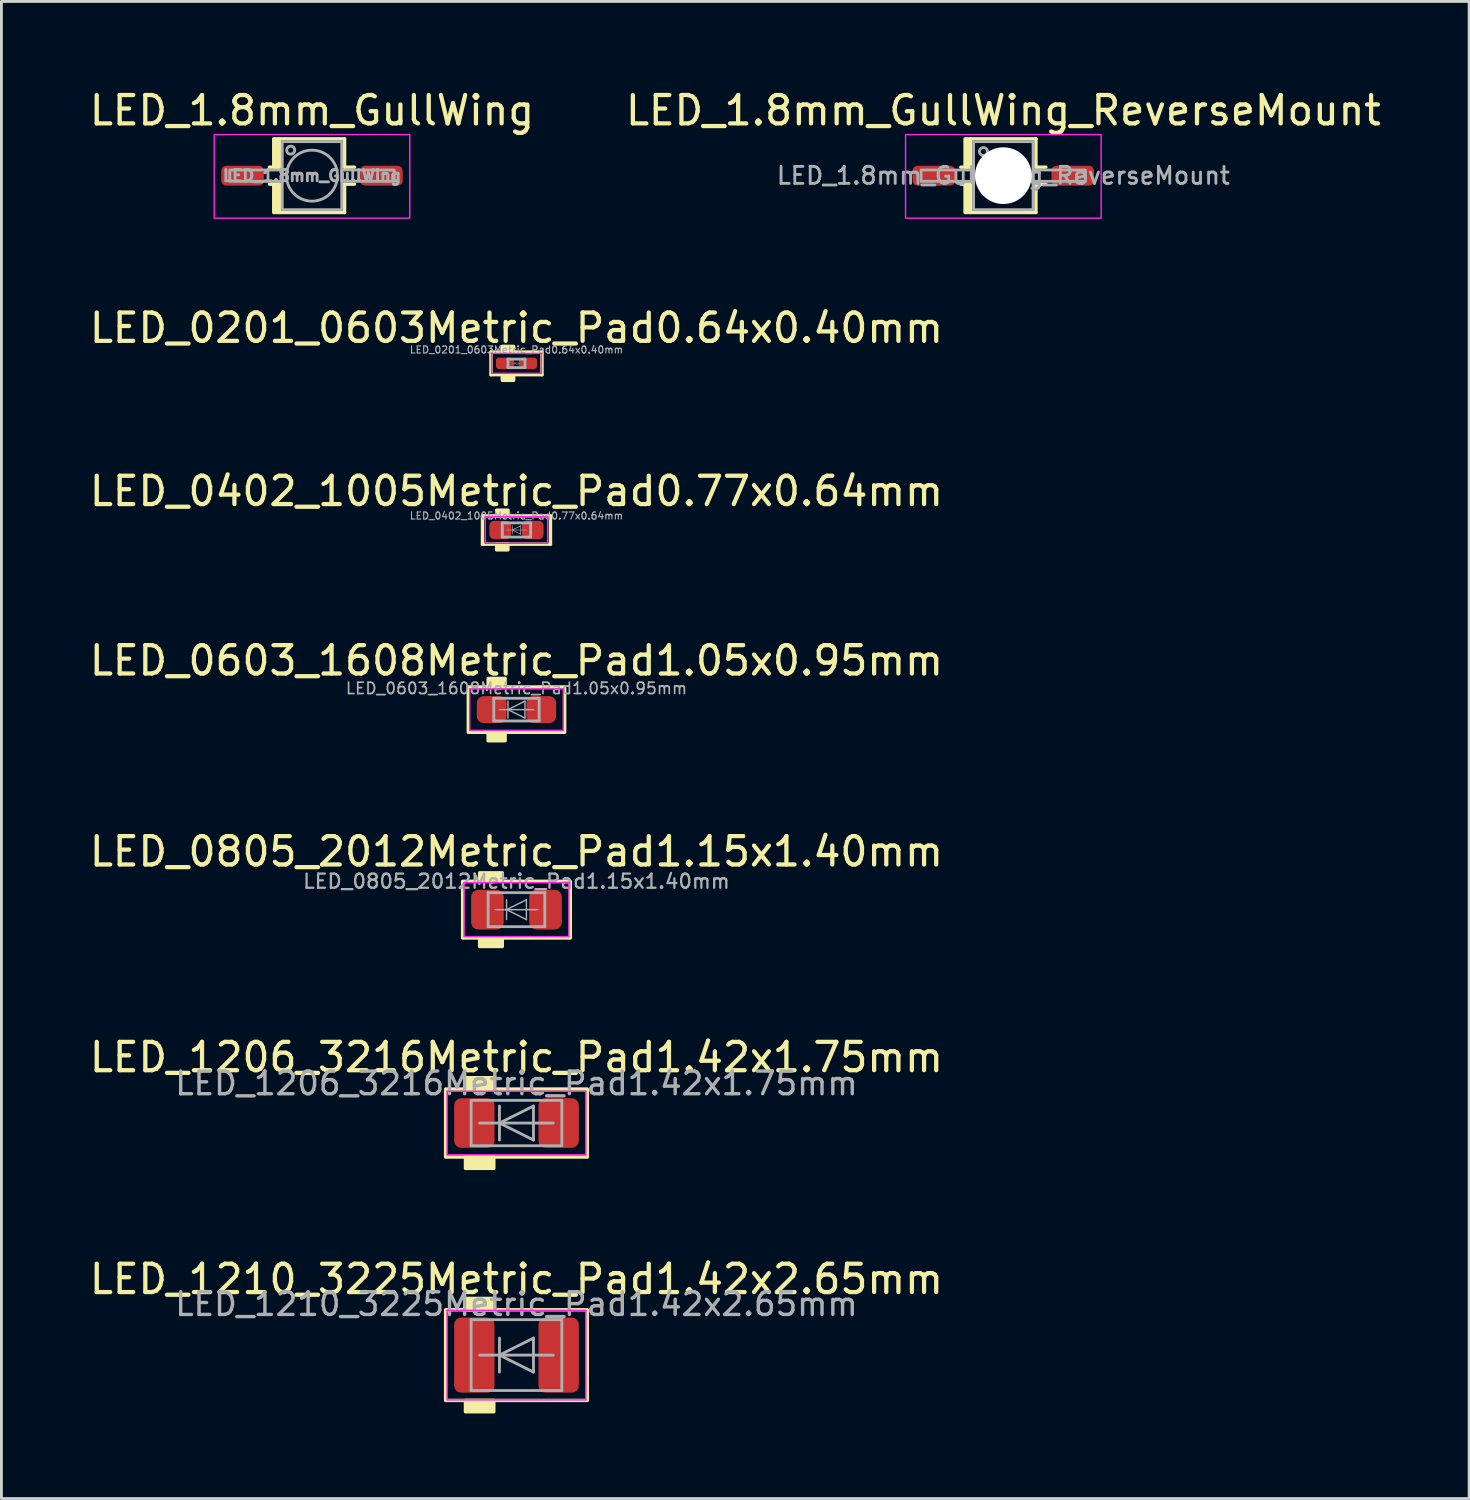
<source format=kicad_pcb>
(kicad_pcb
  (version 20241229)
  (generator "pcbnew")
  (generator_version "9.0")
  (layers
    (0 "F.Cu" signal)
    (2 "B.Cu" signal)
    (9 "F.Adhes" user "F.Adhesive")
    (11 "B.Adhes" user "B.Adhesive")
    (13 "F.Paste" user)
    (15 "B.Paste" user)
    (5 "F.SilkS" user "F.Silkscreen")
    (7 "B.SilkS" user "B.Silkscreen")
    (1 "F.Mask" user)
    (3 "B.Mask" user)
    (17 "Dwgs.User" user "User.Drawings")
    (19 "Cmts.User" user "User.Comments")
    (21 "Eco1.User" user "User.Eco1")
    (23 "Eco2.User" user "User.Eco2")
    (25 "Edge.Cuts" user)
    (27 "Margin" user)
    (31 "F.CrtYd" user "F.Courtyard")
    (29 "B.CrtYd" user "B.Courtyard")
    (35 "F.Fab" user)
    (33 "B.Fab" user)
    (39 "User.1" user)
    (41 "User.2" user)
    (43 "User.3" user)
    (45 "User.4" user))
  (footprint "LED_0805_2012Metric_Pad1.15x1.40mm"
    (layer "F.Cu")
    (at 15.173 29.046)
    (property "Reference" "LED_0805_2012Metric_Pad1.15x1.40mm" (at 0 -2.05 0) (layer "F.SilkS") (effects (font (size 1 1) (thickness 0.15))))
    (attr smd)
    (fp_rect (start -1.9 -1) (end 1.9 1) (stroke (width 0.12) (type solid)) (fill no) (layer "F.SilkS"))
    (fp_rect (start -1.3 -1.3) (end -0.5 -1) (stroke (width 0.12) (type solid)) (fill yes) (layer "F.SilkS"))
    (fp_rect (start -1.3 1) (end -0.5 1.3) (stroke (width 0.12) (type solid)) (fill yes) (layer "F.SilkS"))
    (fp_line (start -1.85 -0.95) (end 1.85 -0.95) (stroke (width 0.05) (type solid)) (layer "F.CrtYd"))
    (fp_line (start -1.85 0.95) (end -1.85 -0.95) (stroke (width 0.05) (type solid)) (layer "F.CrtYd"))
    (fp_line (start 1.85 -0.95) (end 1.85 0.95) (stroke (width 0.05) (type solid)) (layer "F.CrtYd"))
    (fp_line (start 1.85 0.95) (end -1.85 0.95) (stroke (width 0.05) (type solid)) (layer "F.CrtYd"))
    (fp_line (start -1 -0.6) (end -1 0.6) (stroke (width 0.1) (type solid)) (layer "F.Fab"))
    (fp_line (start -1 0.6) (end 1 0.6) (stroke (width 0.1) (type solid)) (layer "F.Fab"))
    (fp_line (start -0.75 0) (end 0.75 0) (stroke (width 0.05) (type default)) (layer "F.Fab"))
    (fp_line (start -0.35 -0.35) (end -0.35 0.35) (stroke (width 0.05) (type default)) (layer "F.Fab"))
    (fp_line (start -0.35 0) (end 0.35 -0.35) (stroke (width 0.05) (type default)) (layer "F.Fab"))
    (fp_line (start 0.35 -0.35) (end 0.35 0.35) (stroke (width 0.05) (type default)) (layer "F.Fab"))
    (fp_line (start 0.35 0.35) (end -0.35 0) (stroke (width 0.05) (type default)) (layer "F.Fab"))
    (fp_line (start 1 -0.6) (end -1 -0.6) (stroke (width 0.1) (type solid)) (layer "F.Fab"))
    (fp_line (start 1 0.6) (end 1 -0.6) (stroke (width 0.1) (type solid)) (layer "F.Fab"))
    (fp_text user "${REFERENCE}" (at 0 -1 0) (layer "F.Fab") (effects (font (size 0.5 0.5) (thickness 0.08))))
    (pad "1" smd roundrect (at -1.025 0) (size 1.15 1.4) (layers "F.Cu" "F.Mask" "F.Paste") (roundrect_rratio 0.217))
    (pad "2" smd roundrect (at 1.025 0) (size 1.15 1.4) (layers "F.Cu" "F.Mask" "F.Paste") (roundrect_rratio 0.217)))
  (footprint "LED_0603_1608Metric_Pad1.05x0.95mm"
    (layer "F.Cu")
    (at 15.173 21.988)
    (property "Reference" "LED_0603_1608Metric_Pad1.05x0.95mm" (at 0 -1.73 0) (layer "F.SilkS") (effects (font (size 1 1) (thickness 0.15))))
    (attr smd)
    (fp_rect (start -1.7 -0.8) (end 1.7 0.8) (stroke (width 0.12) (type solid)) (fill no) (layer "F.SilkS"))
    (fp_rect (start -1 -1.1) (end -0.4 -0.8) (stroke (width 0.12) (type solid)) (fill yes) (layer "F.SilkS"))
    (fp_rect (start -1 0.8) (end -0.4 1.1) (stroke (width 0.12) (type solid)) (fill yes) (layer "F.SilkS"))
    (fp_line (start -1.65 -0.73) (end 1.65 -0.73) (stroke (width 0.05) (type solid)) (layer "F.CrtYd"))
    (fp_line (start -1.65 0.73) (end -1.65 -0.73) (stroke (width 0.05) (type solid)) (layer "F.CrtYd"))
    (fp_line (start 1.65 -0.73) (end 1.65 0.73) (stroke (width 0.05) (type solid)) (layer "F.CrtYd"))
    (fp_line (start 1.65 0.73) (end -1.65 0.73) (stroke (width 0.05) (type solid)) (layer "F.CrtYd"))
    (fp_line (start -0.8 -0.4) (end -0.8 0.4) (stroke (width 0.1) (type solid)) (layer "F.Fab"))
    (fp_line (start -0.8 0.4) (end 0.8 0.4) (stroke (width 0.1) (type solid)) (layer "F.Fab"))
    (fp_line (start -0.6 0) (end 0.6 0) (stroke (width 0.05) (type default)) (layer "F.Fab"))
    (fp_line (start -0.3 -0.3) (end -0.3 0.3) (stroke (width 0.05) (type default)) (layer "F.Fab"))
    (fp_line (start -0.3 0) (end 0.3 -0.3) (stroke (width 0.05) (type default)) (layer "F.Fab"))
    (fp_line (start 0.3 -0.3) (end 0.3 0.3) (stroke (width 0.05) (type default)) (layer "F.Fab"))
    (fp_line (start 0.3 0.3) (end -0.3 0) (stroke (width 0.05) (type default)) (layer "F.Fab"))
    (fp_line (start 0.8 -0.4) (end -0.8 -0.4) (stroke (width 0.1) (type solid)) (layer "F.Fab"))
    (fp_line (start 0.8 0.4) (end 0.8 -0.4) (stroke (width 0.1) (type solid)) (layer "F.Fab"))
    (fp_text user "${REFERENCE}" (at 0 -0.75 0) (layer "F.Fab") (effects (font (size 0.4 0.4) (thickness 0.06))))
    (pad "1" smd roundrect (at -0.875 0) (size 1.05 0.95) (layers "F.Cu" "F.Mask" "F.Paste") (roundrect_rratio 0.25))
    (pad "2" smd roundrect (at 0.875 0) (size 1.05 0.95) (layers "F.Cu" "F.Mask" "F.Paste") (roundrect_rratio 0.25)))
  (footprint "LED_1.8mm_GullWing_ReverseMount"
    (layer "F.Cu")
    (at 32.351 3.148)
    (property "Reference" "LED_1.8mm_GullWing_ReverseMount" (at 0 -2.3 0) (layer "F.SilkS") (effects (font (size 1 1) (thickness 0.15))))
    (attr smd)
    (fp_line (start -1.15 -1.3) (end 1.15 -1.3) (stroke (width 0.12) (type default)) (layer "F.SilkS"))
    (fp_line (start -1.15 -0.3) (end -1.5 -0.3) (stroke (width 0.12) (type default)) (layer "F.SilkS"))
    (fp_line (start -1.15 0.3) (end -1.5 0.3) (stroke (width 0.12) (type default)) (layer "F.SilkS"))
    (fp_line (start 1.15 -1.3) (end 1.15 -0.3) (stroke (width 0.12) (type default)) (layer "F.SilkS"))
    (fp_line (start 1.15 -0.3) (end 1.5 -0.3) (stroke (width 0.12) (type default)) (layer "F.SilkS"))
    (fp_line (start 1.15 0.3) (end 1.15 1.3) (stroke (width 0.12) (type default)) (layer "F.SilkS"))
    (fp_line (start 1.15 1.3) (end -1.15 1.3) (stroke (width 0.12) (type default)) (layer "F.SilkS"))
    (fp_line (start 1.5 0.3) (end 1.15 0.3) (stroke (width 0.12) (type default)) (layer "F.SilkS"))
    (fp_rect (start -1.35 -1.3) (end -1.15 -0.3) (stroke (width 0.12) (type default)) (fill yes) (layer "F.SilkS"))
    (fp_rect (start -1.35 0.3) (end -1.15 1.3) (stroke (width 0.12) (type default)) (fill yes) (layer "F.SilkS"))
    (fp_rect (start -3.45 -1.45) (end 3.45 1.5) (stroke (width 0.05) (type default)) (fill no) (layer "F.CrtYd"))
    (fp_rect (start -2.9 -0.2) (end -1.05 0.2) (stroke (width 0.1) (type default)) (fill no) (layer "F.Fab"))
    (fp_rect (start -1.05 -1.2) (end 1.05 1.2) (stroke (width 0.1) (type default)) (fill no) (layer "F.Fab"))
    (fp_rect (start 1.05 -0.2) (end 2.9 0.2) (stroke (width 0.1) (type default)) (fill no) (layer "F.Fab"))
    (fp_circle (center -0.7 -0.85) (end -0.6 -0.75) (stroke (width 0.1) (type default)) (fill no) (layer "F.Fab"))
    (fp_text user "${REFERENCE}" (at 0 0 0) (layer "F.Fab") (effects (font (size 0.6 0.6) (thickness 0.1))))
    (pad "" np_thru_hole circle (at 0 0) (size 2 2) (drill 2) (layers "*.Cu" "*.Mask"))
    (pad "1" smd roundrect (at -2.45 0) (size 1.5 0.7) (layers "F.Cu" "F.Mask" "F.Paste") (roundrect_rratio 0.25))
    (pad "2" smd roundrect (at 2.45 0) (size 1.5 0.7) (layers "F.Cu" "F.Mask" "F.Paste") (roundrect_rratio 0.25)))
  (footprint "LED_1.8mm_GullWing"
    (layer "F.Cu")
    (at 7.958 3.148)
    (property "Reference" "LED_1.8mm_GullWing" (at 0 -2.3 0) (layer "F.SilkS") (effects (font (size 1 1) (thickness 0.15))))
    (attr smd)
    (fp_line (start -1.15 -1.3) (end 1.15 -1.3) (stroke (width 0.12) (type default)) (layer "F.SilkS"))
    (fp_line (start -1.15 -0.3) (end -1.5 -0.3) (stroke (width 0.12) (type default)) (layer "F.SilkS"))
    (fp_line (start -1.15 0.3) (end -1.5 0.3) (stroke (width 0.12) (type default)) (layer "F.SilkS"))
    (fp_line (start 1.15 -1.3) (end 1.15 -0.3) (stroke (width 0.12) (type default)) (layer "F.SilkS"))
    (fp_line (start 1.15 -0.3) (end 1.5 -0.3) (stroke (width 0.12) (type default)) (layer "F.SilkS"))
    (fp_line (start 1.15 0.3) (end 1.15 1.3) (stroke (width 0.12) (type default)) (layer "F.SilkS"))
    (fp_line (start 1.15 1.3) (end -1.15 1.3) (stroke (width 0.12) (type default)) (layer "F.SilkS"))
    (fp_line (start 1.5 0.3) (end 1.15 0.3) (stroke (width 0.12) (type default)) (layer "F.SilkS"))
    (fp_rect (start -1.35 -1.3) (end -1.15 -0.3) (stroke (width 0.12) (type default)) (fill yes) (layer "F.SilkS"))
    (fp_rect (start -1.35 0.3) (end -1.15 1.3) (stroke (width 0.12) (type default)) (fill yes) (layer "F.SilkS"))
    (fp_rect (start -3.45 -1.45) (end 3.45 1.5) (stroke (width 0.05) (type default)) (fill no) (layer "F.CrtYd"))
    (fp_rect (start -2.9 -0.2) (end -1.05 0.2) (stroke (width 0.1) (type default)) (fill no) (layer "F.Fab"))
    (fp_rect (start -1.05 -1.2) (end 1.05 1.2) (stroke (width 0.1) (type default)) (fill no) (layer "F.Fab"))
    (fp_rect (start 1.05 -0.2) (end 2.9 0.2) (stroke (width 0.1) (type default)) (fill no) (layer "F.Fab"))
    (fp_circle (center -0.75 -0.9) (end -0.65 -0.8) (stroke (width 0.1) (type default)) (fill no) (layer "F.Fab"))
    (fp_circle (center 0 0) (end 0.9 0) (stroke (width 0.1) (type default)) (fill no) (layer "F.Fab"))
    (fp_text user "${REFERENCE}" (at 0 0 0) (layer "F.Fab") (effects (font (size 0.4 0.4) (thickness 0.6))))
    (pad "1" smd roundrect (at -2.45 0) (size 1.5 0.7) (layers "F.Cu" "F.Mask" "F.Paste") (roundrect_rratio 0.25))
    (pad "2" smd roundrect (at 2.45 0) (size 1.5 0.7) (layers "F.Cu" "F.Mask" "F.Paste") (roundrect_rratio 0.25)))
  (footprint "LED_1210_3225Metric_Pad1.42x2.65mm"
    (layer "F.Cu")
    (at 15.173 44.763)
    (property "Reference" "LED_1210_3225Metric_Pad1.42x2.65mm" (at 0 -2.68 0) (layer "F.SilkS") (effects (font (size 1 1) (thickness 0.15))))
    (attr smd)
    (fp_rect (start -2.5 -1.6) (end 2.5 1.6) (stroke (width 0.12) (type solid)) (fill no) (layer "F.SilkS"))
    (fp_rect (start -1.8 -2) (end -0.8 -1.6) (stroke (width 0.12) (type solid)) (fill yes) (layer "F.SilkS"))
    (fp_rect (start -1.8 1.6) (end -0.8 2) (stroke (width 0.12) (type solid)) (fill yes) (layer "F.SilkS"))
    (fp_line (start -2.45 -1.58) (end 2.45 -1.58) (stroke (width 0.05) (type solid)) (layer "F.CrtYd"))
    (fp_line (start -2.45 1.58) (end -2.45 -1.58) (stroke (width 0.05) (type solid)) (layer "F.CrtYd"))
    (fp_line (start 2.45 -1.58) (end 2.45 1.58) (stroke (width 0.05) (type solid)) (layer "F.CrtYd"))
    (fp_line (start 2.45 1.58) (end -2.45 1.58) (stroke (width 0.05) (type solid)) (layer "F.CrtYd"))
    (fp_line (start -1.6 -1.25) (end -1.6 1.25) (stroke (width 0.1) (type solid)) (layer "F.Fab"))
    (fp_line (start -1.6 1.25) (end 1.6 1.25) (stroke (width 0.1) (type solid)) (layer "F.Fab"))
    (fp_line (start -1.3 0) (end 1.3 0) (stroke (width 0.1) (type default)) (layer "F.Fab"))
    (fp_line (start -0.6 -0.6) (end -0.6 0.6) (stroke (width 0.1) (type default)) (layer "F.Fab"))
    (fp_line (start -0.6 0) (end 0.6 -0.6) (stroke (width 0.1) (type default)) (layer "F.Fab"))
    (fp_line (start 0.6 -0.6) (end 0.6 0.6) (stroke (width 0.1) (type default)) (layer "F.Fab"))
    (fp_line (start 0.6 0.6) (end -0.6 0) (stroke (width 0.1) (type default)) (layer "F.Fab"))
    (fp_line (start 1.6 -1.25) (end -1.6 -1.25) (stroke (width 0.1) (type solid)) (layer "F.Fab"))
    (fp_line (start 1.6 1.25) (end 1.6 -1.25) (stroke (width 0.1) (type solid)) (layer "F.Fab"))
    (fp_text user "${REFERENCE}" (at 0 -1.8 0) (layer "F.Fab") (effects (font (size 0.8 0.8) (thickness 0.12))))
    (pad "1" smd roundrect (at -1.488 0) (size 1.425 2.65) (layers "F.Cu" "F.Mask" "F.Paste") (roundrect_rratio 0.175))
    (pad "2" smd roundrect (at 1.488 0) (size 1.425 2.65) (layers "F.Cu" "F.Mask" "F.Paste") (roundrect_rratio 0.175)))
  (footprint "LED_1206_3216Metric_Pad1.42x1.75mm"
    (layer "F.Cu")
    (at 15.173 36.575)
    (property "Reference" "LED_1206_3216Metric_Pad1.42x1.75mm" (at 0 -2.32 0) (layer "F.SilkS") (effects (font (size 1 1) (thickness 0.15))))
    (attr smd)
    (fp_rect (start -2.5 -1.2) (end 2.5 1.2) (stroke (width 0.12) (type solid)) (fill no) (layer "F.SilkS"))
    (fp_rect (start -1.8 -1.6) (end -0.8 -1.2) (stroke (width 0.12) (type solid)) (fill yes) (layer "F.SilkS"))
    (fp_rect (start -1.8 1.2) (end -0.8 1.6) (stroke (width 0.12) (type solid)) (fill yes) (layer "F.SilkS"))
    (fp_line (start -2.45 -1.12) (end 2.45 -1.12) (stroke (width 0.05) (type solid)) (layer "F.CrtYd"))
    (fp_line (start -2.45 1.12) (end -2.45 -1.12) (stroke (width 0.05) (type solid)) (layer "F.CrtYd"))
    (fp_line (start 2.45 -1.12) (end 2.45 1.12) (stroke (width 0.05) (type solid)) (layer "F.CrtYd"))
    (fp_line (start 2.45 1.12) (end -2.45 1.12) (stroke (width 0.05) (type solid)) (layer "F.CrtYd"))
    (fp_line (start -1.6 -0.8) (end -1.6 0.8) (stroke (width 0.1) (type solid)) (layer "F.Fab"))
    (fp_line (start -1.6 0.8) (end 1.6 0.8) (stroke (width 0.1) (type solid)) (layer "F.Fab"))
    (fp_line (start -1.3 0) (end 1.3 0) (stroke (width 0.1) (type default)) (layer "F.Fab"))
    (fp_line (start -0.6 -0.6) (end -0.6 0.6) (stroke (width 0.1) (type default)) (layer "F.Fab"))
    (fp_line (start -0.6 0) (end 0.6 -0.6) (stroke (width 0.1) (type default)) (layer "F.Fab"))
    (fp_line (start 0.6 -0.6) (end 0.6 0.6) (stroke (width 0.1) (type default)) (layer "F.Fab"))
    (fp_line (start 0.6 0.6) (end -0.6 0) (stroke (width 0.1) (type default)) (layer "F.Fab"))
    (fp_line (start 1.6 -0.8) (end -1.6 -0.8) (stroke (width 0.1) (type solid)) (layer "F.Fab"))
    (fp_line (start 1.6 0.8) (end 1.6 -0.8) (stroke (width 0.1) (type solid)) (layer "F.Fab"))
    (fp_text user "${REFERENCE}" (at 0 -1.4 0) (layer "F.Fab") (effects (font (size 0.8 0.8) (thickness 0.12))))
    (pad "1" smd roundrect (at -1.488 0) (size 1.425 1.75) (layers "F.Cu" "F.Mask" "F.Paste") (roundrect_rratio 0.175))
    (pad "2" smd roundrect (at 1.488 0) (size 1.425 1.75) (layers "F.Cu" "F.Mask" "F.Paste") (roundrect_rratio 0.175)))
  (footprint "LED_0201_0603Metric_Pad0.64x0.40mm"
    (layer "F.Cu")
    (at 15.173 9.771)
    (property "Reference" "LED_0201_0603Metric_Pad0.64x0.40mm" (at 0 -1.25 0) (layer "F.SilkS") (effects (font (size 1 1) (thickness 0.15))))
    (attr smd)
    (fp_line (start -0.9 -0.4) (end -0.9 0.4) (stroke (width 0.12) (type solid)) (layer "F.SilkS"))
    (fp_line (start -0.9 0.4) (end 0.9 0.4) (stroke (width 0.12) (type solid)) (layer "F.SilkS"))
    (fp_line (start 0.9 -0.4) (end -0.9 -0.4) (stroke (width 0.12) (type solid)) (layer "F.SilkS"))
    (fp_line (start 0.9 0.4) (end 0.9 -0.4) (stroke (width 0.12) (type solid)) (layer "F.SilkS"))
    (fp_rect (start -0.5 -0.6) (end -0.1 -0.4) (stroke (width 0.12) (type solid)) (fill yes) (layer "F.SilkS"))
    (fp_rect (start -0.5 0.4) (end -0.1 0.6) (stroke (width 0.12) (type solid)) (fill yes) (layer "F.SilkS"))
    (fp_line (start -0.88 -0.35) (end 0.88 -0.35) (stroke (width 0.05) (type solid)) (layer "F.CrtYd"))
    (fp_line (start -0.88 0.35) (end -0.88 -0.35) (stroke (width 0.05) (type solid)) (layer "F.CrtYd"))
    (fp_line (start 0.88 -0.35) (end 0.88 0.35) (stroke (width 0.05) (type solid)) (layer "F.CrtYd"))
    (fp_line (start 0.88 0.35) (end -0.88 0.35) (stroke (width 0.05) (type solid)) (layer "F.CrtYd"))
    (fp_line (start -0.3 -0.15) (end 0.3 -0.15) (stroke (width 0.1) (type solid)) (layer "F.Fab"))
    (fp_line (start -0.3 0.15) (end -0.3 -0.15) (stroke (width 0.1) (type solid)) (layer "F.Fab"))
    (fp_line (start -0.14 0) (end 0.14 0) (stroke (width 0.01) (type default)) (layer "F.Fab"))
    (fp_line (start -0.06 -0.06) (end -0.06 0.06) (stroke (width 0.01) (type default)) (layer "F.Fab"))
    (fp_line (start -0.06 0) (end 0.06 -0.06) (stroke (width 0.01) (type default)) (layer "F.Fab"))
    (fp_line (start 0.06 -0.06) (end 0.06 0.06) (stroke (width 0.01) (type default)) (layer "F.Fab"))
    (fp_line (start 0.06 0.06) (end -0.06 0) (stroke (width 0.01) (type default)) (layer "F.Fab"))
    (fp_line (start 0.3 -0.15) (end 0.3 0.15) (stroke (width 0.1) (type solid)) (layer "F.Fab"))
    (fp_line (start 0.3 0.15) (end -0.3 0.15) (stroke (width 0.1) (type solid)) (layer "F.Fab"))
    (fp_text user "${REFERENCE}" (at 0 -0.48 0) (layer "F.Fab") (effects (font (size 0.25 0.25) (thickness 0.04))))
    (pad "" smd roundrect (at -0.432 0) (size 0.458 0.36) (layers "F.Paste") (roundrect_rratio 0.25))
    (pad "" smd roundrect (at 0.432 0) (size 0.458 0.36) (layers "F.Paste") (roundrect_rratio 0.25))
    (pad "1" smd roundrect (at -0.407 0) (size 0.635 0.4) (layers "F.Cu" "F.Mask") (roundrect_rratio 0.25))
    (pad "2" smd roundrect (at 0.407 0) (size 0.635 0.4) (layers "F.Cu" "F.Mask") (roundrect_rratio 0.25)))
  (footprint "LED_0402_1005Metric_Pad0.77x0.64mm"
    (layer "F.Cu")
    (at 15.173 15.65)
    (property "Reference" "LED_0402_1005Metric_Pad0.77x0.64mm" (at 0 -1.37 0) (layer "F.SilkS") (effects (font (size 1 1) (thickness 0.15))))
    (attr smd)
    (fp_line (start -1.2 -0.5) (end -1.2 0.5) (stroke (width 0.12) (type solid)) (layer "F.SilkS"))
    (fp_line (start -1.2 0.5) (end 1.2 0.5) (stroke (width 0.12) (type solid)) (layer "F.SilkS"))
    (fp_line (start 1.2 -0.5) (end -1.2 -0.5) (stroke (width 0.12) (type solid)) (layer "F.SilkS"))
    (fp_line (start 1.2 0.5) (end 1.2 -0.5) (stroke (width 0.12) (type solid)) (layer "F.SilkS"))
    (fp_rect (start -0.7 -0.7) (end -0.3 -0.5) (stroke (width 0.12) (type solid)) (fill yes) (layer "F.SilkS"))
    (fp_rect (start -0.7 0.5) (end -0.3 0.7) (stroke (width 0.12) (type solid)) (fill yes) (layer "F.SilkS"))
    (fp_line (start -1.1 -0.47) (end 1.1 -0.47) (stroke (width 0.05) (type solid)) (layer "F.CrtYd"))
    (fp_line (start -1.1 0.47) (end -1.1 -0.47) (stroke (width 0.05) (type solid)) (layer "F.CrtYd"))
    (fp_line (start 1.1 -0.47) (end 1.1 0.47) (stroke (width 0.05) (type solid)) (layer "F.CrtYd"))
    (fp_line (start 1.1 0.47) (end -1.1 0.47) (stroke (width 0.05) (type solid)) (layer "F.CrtYd"))
    (fp_line (start -0.5 -0.25) (end 0.5 -0.25) (stroke (width 0.1) (type solid)) (layer "F.Fab"))
    (fp_line (start -0.5 0.25) (end -0.5 -0.25) (stroke (width 0.1) (type solid)) (layer "F.Fab"))
    (fp_line (start -0.35 0) (end 0.35 0) (stroke (width 0.025) (type default)) (layer "F.Fab"))
    (fp_line (start -0.15 -0.15) (end -0.15 0.15) (stroke (width 0.025) (type default)) (layer "F.Fab"))
    (fp_line (start -0.15 0) (end 0.15 -0.15) (stroke (width 0.025) (type default)) (layer "F.Fab"))
    (fp_line (start 0.15 -0.15) (end 0.15 0.15) (stroke (width 0.025) (type default)) (layer "F.Fab"))
    (fp_line (start 0.15 0.15) (end -0.15 0) (stroke (width 0.025) (type default)) (layer "F.Fab"))
    (fp_line (start 0.5 -0.25) (end 0.5 0.25) (stroke (width 0.1) (type solid)) (layer "F.Fab"))
    (fp_line (start 0.5 0.25) (end -0.5 0.25) (stroke (width 0.1) (type solid)) (layer "F.Fab"))
    (fp_text user "${REFERENCE}" (at 0 -0.5 0) (layer "F.Fab") (effects (font (size 0.25 0.25) (thickness 0.04))))
    (pad "1" smd roundrect (at -0.573 0) (size 0.765 0.64) (layers "F.Cu" "F.Mask" "F.Paste") (roundrect_rratio 0.25))
    (pad "2" smd roundrect (at 0.573 0) (size 0.765 0.64) (layers "F.Cu" "F.Mask" "F.Paste") (roundrect_rratio 0.25)))
  (gr_rect
    (start -3 -3)
    (end 48.786 49.823)
    (stroke (width 0.1) (type default))
    (fill no)
    (layer "Edge.Cuts")))
</source>
